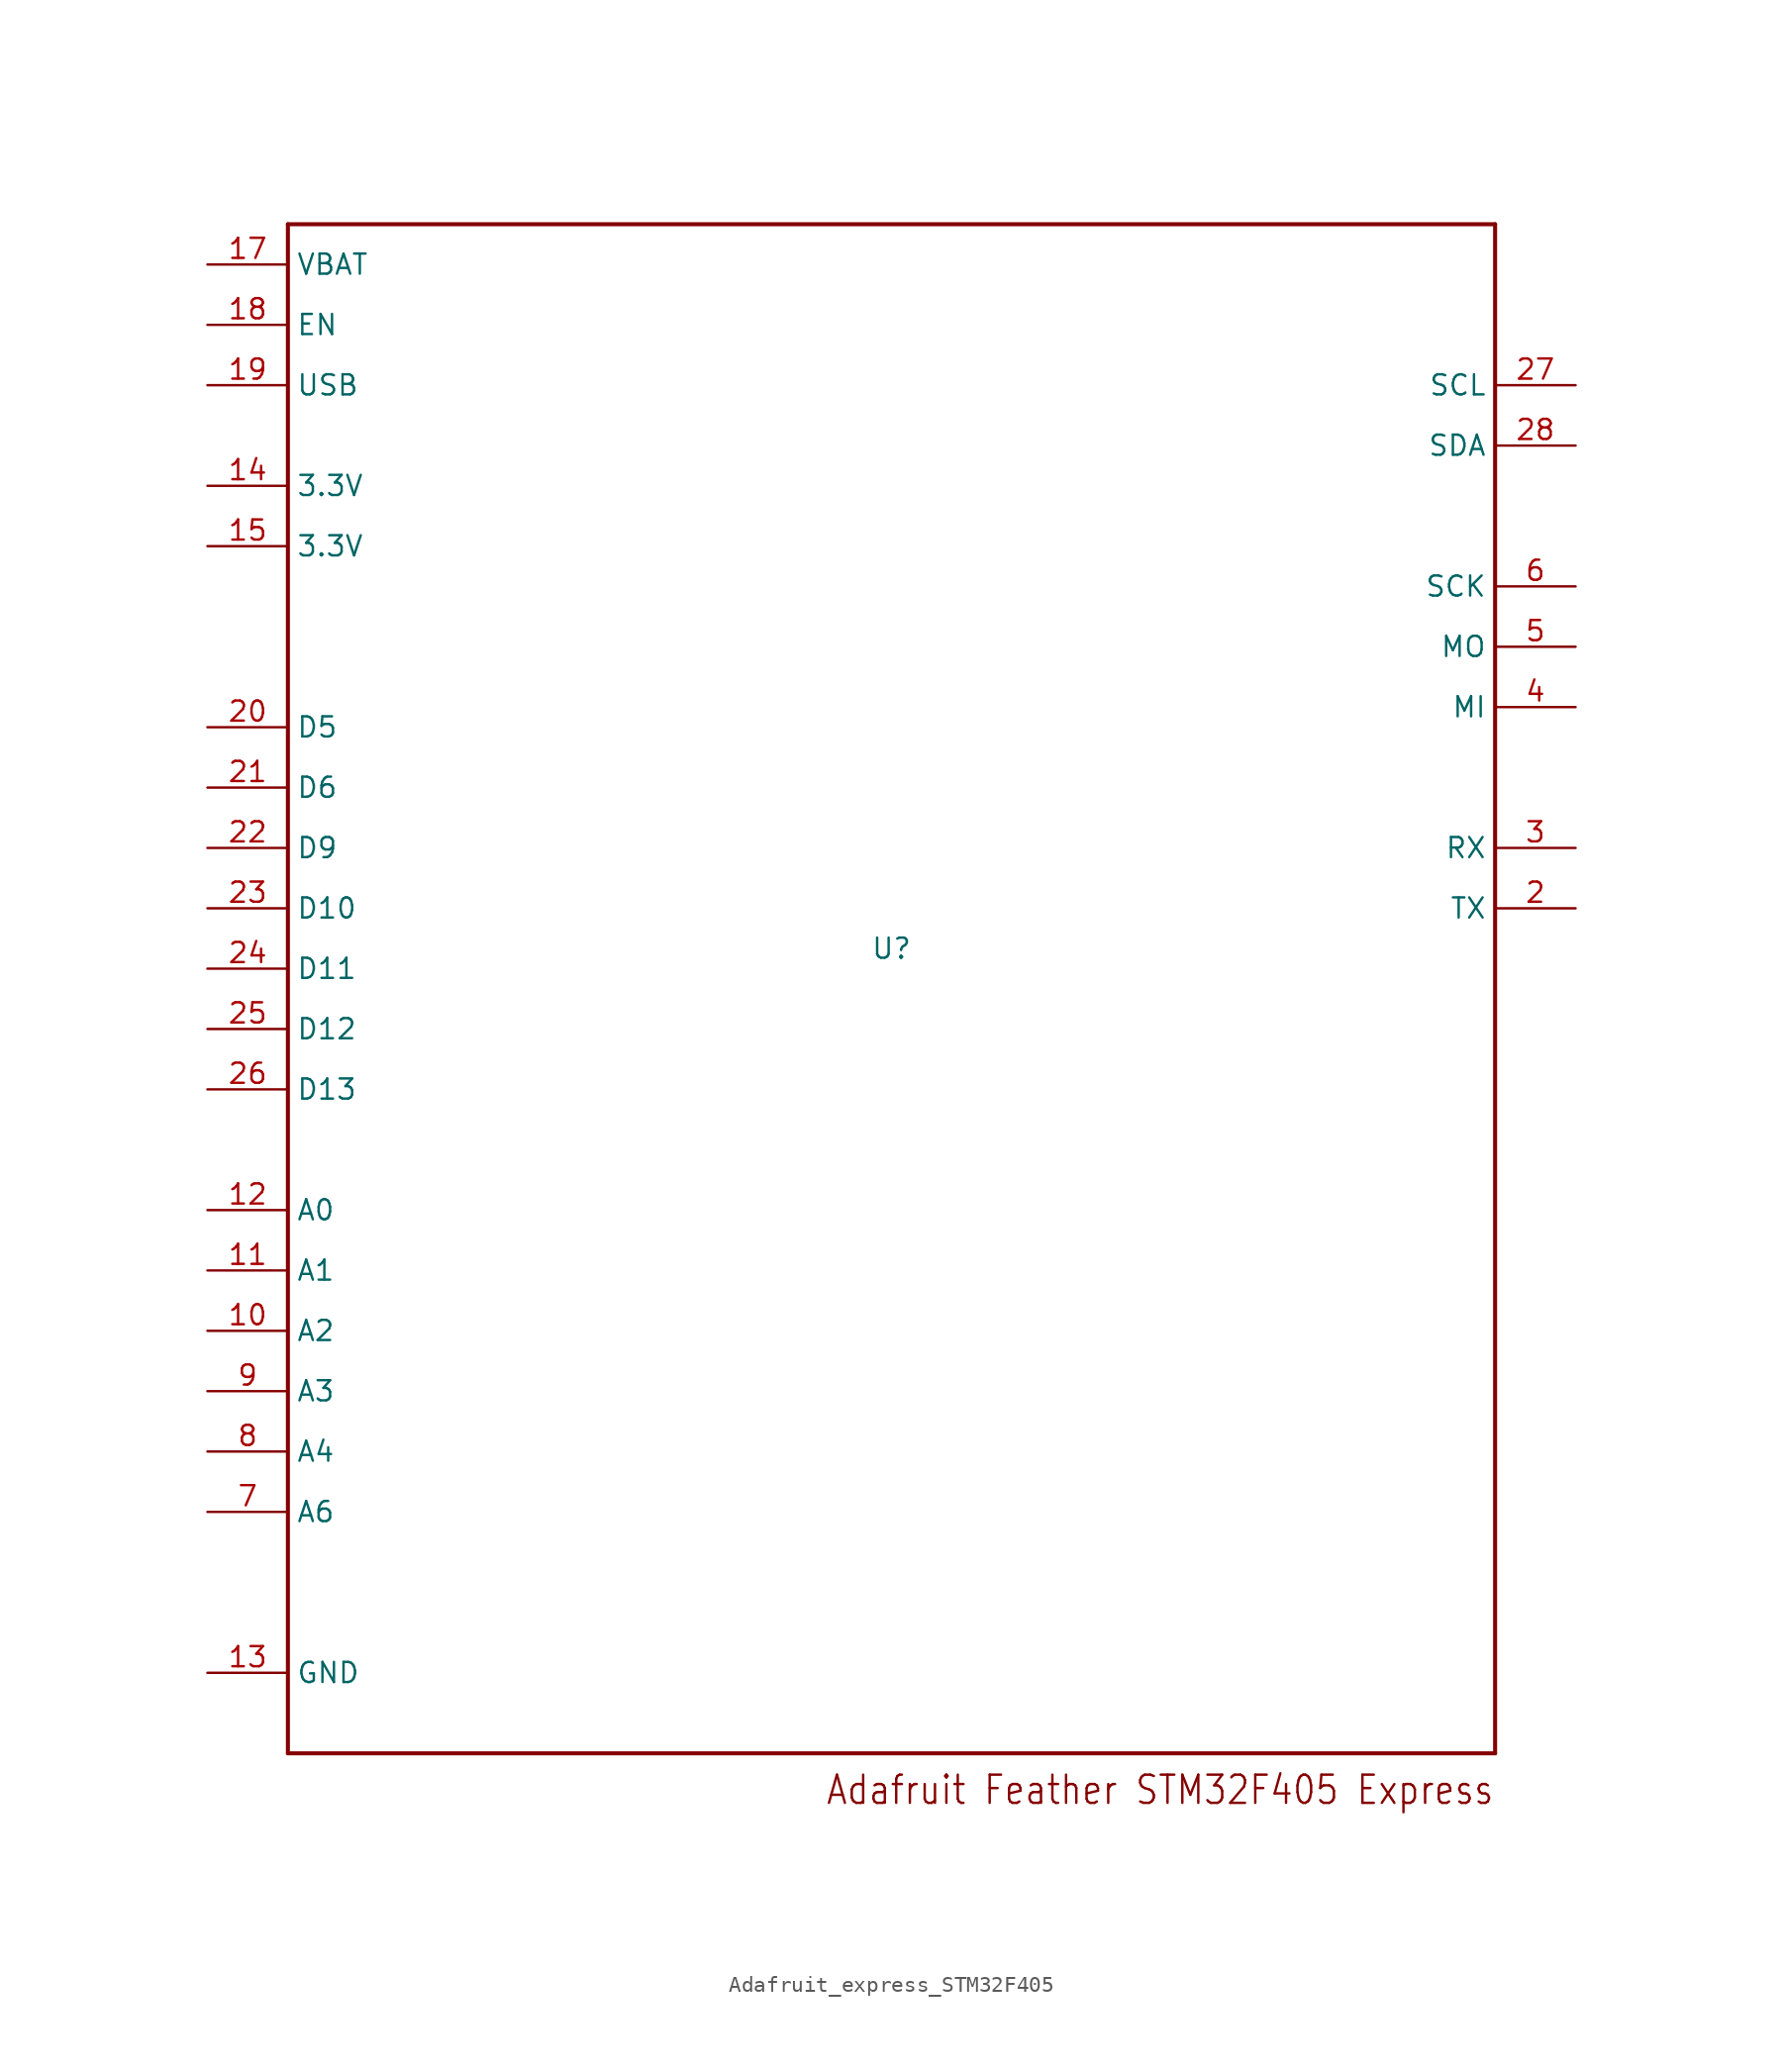
<source format=kicad_sym>
(kicad_symbol_lib
  (version 20220914)
  (generator kicad_symbol_editor)
  (symbol "Adafruit_express_STM32F405"
    (property "Reference" "U"
      (at 0 0 0)
      (effects (font (size 1.27 1.27))))
    (property "Value" ""
      (at 0 0 0)
      (effects (font (size 1.27 1.27))))
    (symbol "Adafruit_express_STM32F405_1_0"
      (polyline (pts (xy -38.1 -50.8) (xy -38.1 45.72)) (stroke (width 0.254) (type solid)) (fill (type none)))
      (polyline (pts (xy -38.1 45.72) (xy 38.1 45.72)) (stroke (width 0.254) (type solid)) (fill (type none)))
      (polyline (pts (xy 38.1 -50.8) (xy -38.1 -50.8)) (stroke (width 0.254) (type solid)) (fill (type none)))
      (polyline (pts (xy 38.1 45.72) (xy 38.1 -50.8)) (stroke (width 0.254) (type solid)) (fill (type none)))
      (text "Adafruit Feather STM32F405 Express\n" (at 38.1 -52.07 0) (effects (font (size 1.778 1.511)) (justify right top)))
      (pin bidirectional line (at -43.18 -24.13 0) (length 5.08) (name "A2" (effects (font (size 1.27 1.27)))) (number "10" (effects (font (size 1.27 1.27)))))
      (pin bidirectional line (at -43.18 -20.32 0) (length 5.08) (name "A1" (effects (font (size 1.27 1.27)))) (number "11" (effects (font (size 1.27 1.27)))))
      (pin bidirectional line (at -43.18 -16.51 0) (length 5.08) (name "A0" (effects (font (size 1.27 1.27)))) (number "12" (effects (font (size 1.27 1.27)))))
      (pin bidirectional line (at -43.18 -45.72 0) (length 5.08) (name "GND" (effects (font (size 1.27 1.27)))) (number "13" (effects (font (size 1.27 1.27)))))
      (pin bidirectional line (at -43.18 29.21 0) (length 5.08) (name "3.3V" (effects (font (size 1.27 1.27)))) (number "14" (effects (font (size 1.27 1.27)))))
      (pin bidirectional line (at -43.18 25.4 0) (length 5.08) (name "3.3V" (effects (font (size 1.27 1.27)))) (number "15" (effects (font (size 1.27 1.27)))))
      (pin bidirectional line (at -43.18 43.18 0) (length 5.08) (name "VBAT" (effects (font (size 1.27 1.27)))) (number "17" (effects (font (size 1.27 1.27)))))
      (pin bidirectional line (at -43.18 39.37 0) (length 5.08) (name "EN" (effects (font (size 1.27 1.27)))) (number "18" (effects (font (size 1.27 1.27)))))
      (pin bidirectional line (at -43.18 35.56 0) (length 5.08) (name "USB" (effects (font (size 1.27 1.27)))) (number "19" (effects (font (size 1.27 1.27)))))
      (pin bidirectional line (at 43.18 2.54 180) (length 5.08) (name "TX" (effects (font (size 1.27 1.27)))) (number "2" (effects (font (size 1.27 1.27)))))
      (pin bidirectional line (at -43.18 13.97 0) (length 5.08) (name "D5" (effects (font (size 1.27 1.27)))) (number "20" (effects (font (size 1.27 1.27)))))
      (pin bidirectional line (at -43.18 10.16 0) (length 5.08) (name "D6" (effects (font (size 1.27 1.27)))) (number "21" (effects (font (size 1.27 1.27)))))
      (pin bidirectional line (at -43.18 6.35 0) (length 5.08) (name "D9" (effects (font (size 1.27 1.27)))) (number "22" (effects (font (size 1.27 1.27)))))
      (pin bidirectional line (at -43.18 2.54 0) (length 5.08) (name "D10" (effects (font (size 1.27 1.27)))) (number "23" (effects (font (size 1.27 1.27)))))
      (pin bidirectional line (at -43.18 -1.27 0) (length 5.08) (name "D11" (effects (font (size 1.27 1.27)))) (number "24" (effects (font (size 1.27 1.27)))))
      (pin bidirectional line (at -43.18 -5.08 0) (length 5.08) (name "D12" (effects (font (size 1.27 1.27)))) (number "25" (effects (font (size 1.27 1.27)))))
      (pin bidirectional line (at -43.18 -8.89 0) (length 5.08) (name "D13" (effects (font (size 1.27 1.27)))) (number "26" (effects (font (size 1.27 1.27)))))
      (pin bidirectional line (at 43.18 35.56 180) (length 5.08) (name "SCL" (effects (font (size 1.27 1.27)))) (number "27" (effects (font (size 1.27 1.27)))))
      (pin bidirectional line (at 43.18 31.75 180) (length 5.08) (name "SDA" (effects (font (size 1.27 1.27)))) (number "28" (effects (font (size 1.27 1.27)))))
      (pin bidirectional line (at 43.18 6.35 180) (length 5.08) (name "RX" (effects (font (size 1.27 1.27)))) (number "3" (effects (font (size 1.27 1.27)))))
      (pin bidirectional line (at 43.18 15.24 180) (length 5.08) (name "MI" (effects (font (size 1.27 1.27)))) (number "4" (effects (font (size 1.27 1.27)))))
      (pin bidirectional line (at 43.18 19.05 180) (length 5.08) (name "MO" (effects (font (size 1.27 1.27)))) (number "5" (effects (font (size 1.27 1.27)))))
      (pin bidirectional line (at 43.18 22.86 180) (length 5.08) (name "SCK" (effects (font (size 1.27 1.27)))) (number "6" (effects (font (size 1.27 1.27)))))
      (pin bidirectional line (at -43.18 -35.56 0) (length 5.08) (name "A6" (effects (font (size 1.27 1.27)))) (number "7" (effects (font (size 1.27 1.27)))))
      (pin bidirectional line (at -43.18 -31.75 0) (length 5.08) (name "A4" (effects (font (size 1.27 1.27)))) (number "8" (effects (font (size 1.27 1.27)))))
      (pin bidirectional line (at -43.18 -27.94 0) (length 5.08) (name "A3" (effects (font (size 1.27 1.27)))) (number "9" (effects (font (size 1.27 1.27))))))))
</source>
